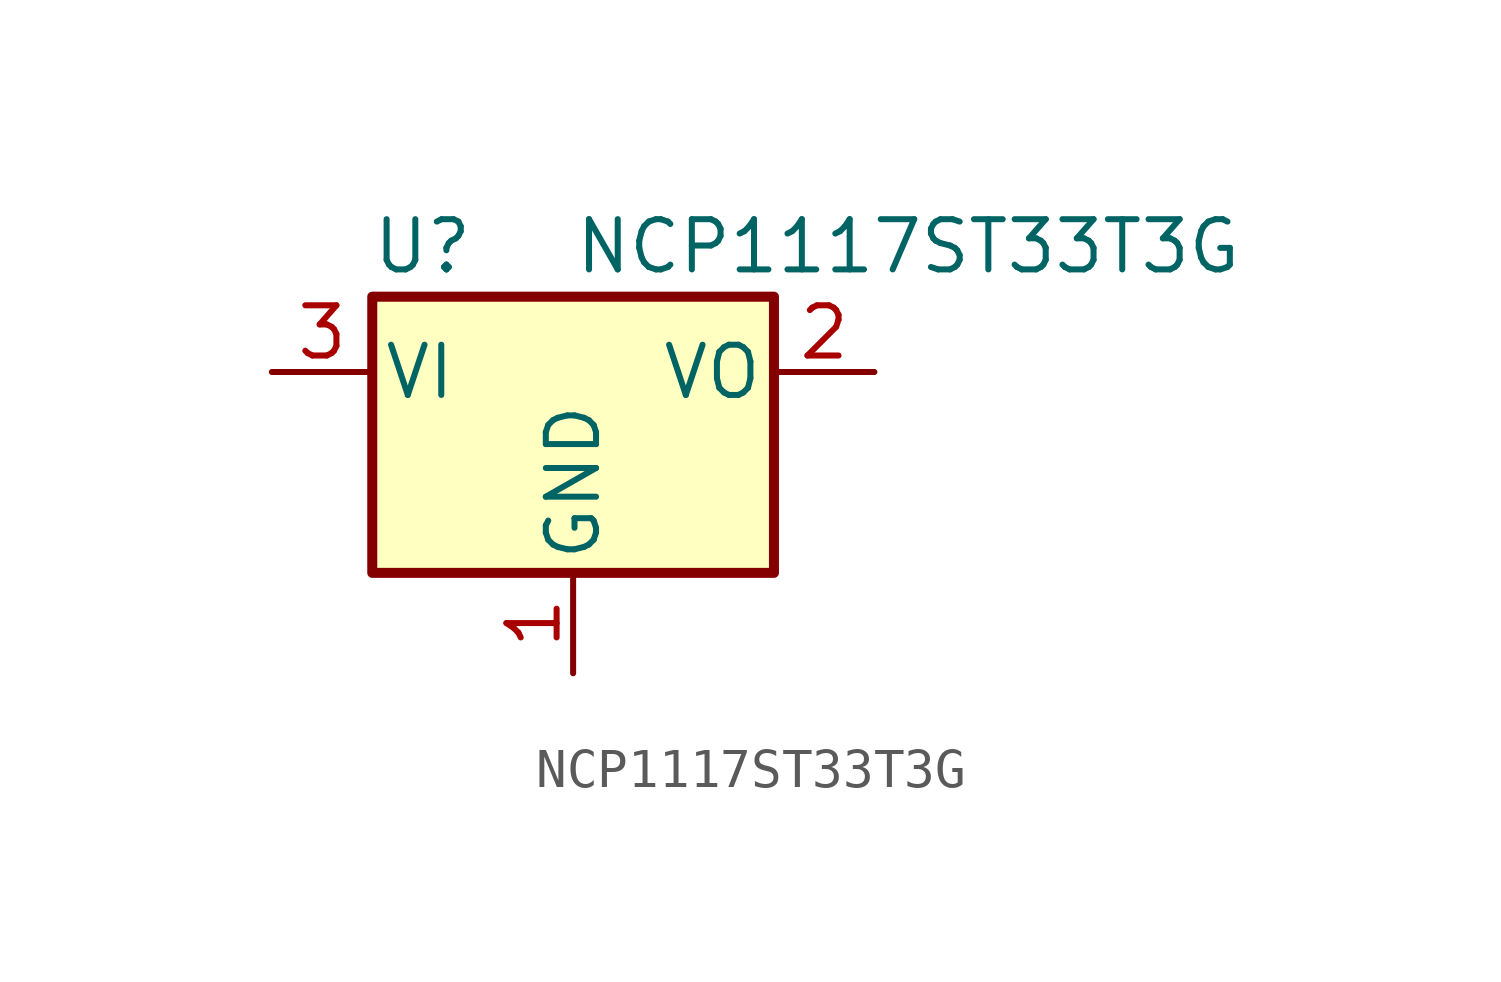
<source format=kicad_sym>
(kicad_symbol_lib
  (version 20211014)
  (generator kicad_symbol_editor)
  (symbol "NCP1117ST33T3G"
    (pin_names
      (offset 0.254))
    (property "Reference" "U"
      (at -3.81 3.175 0)
      (effects (font (size 1.27 1.27))))
    (property "Value" "NCP1117ST33T3G"
      (at 0 3.175 0)
      (effects (font (size 1.27 1.27)) (justify left)))
    (symbol "NCP1117ST33T3G_0_1"
      (rectangle (start -5.08 -5.08) (end 5.08 1.905) (stroke (width 0.254) (type default) (color 0 0 0 0)) (fill (type background))))
    (symbol "NCP1117ST33T3G_1_1"
      (pin power_in line (at 0 -7.62 90) (length 2.54) (name "GND" (effects (font (size 1.27 1.27)))) (number "1" (effects (font (size 1.27 1.27)))))
      (pin power_out line (at 7.62 0 180) (length 2.54) (name "VO" (effects (font (size 1.27 1.27)))) (number "2" (effects (font (size 1.27 1.27)))))
      (pin power_in line (at -7.62 0 0) (length 2.54) (name "VI" (effects (font (size 1.27 1.27)))) (number "3" (effects (font (size 1.27 1.27))))))))
</source>
